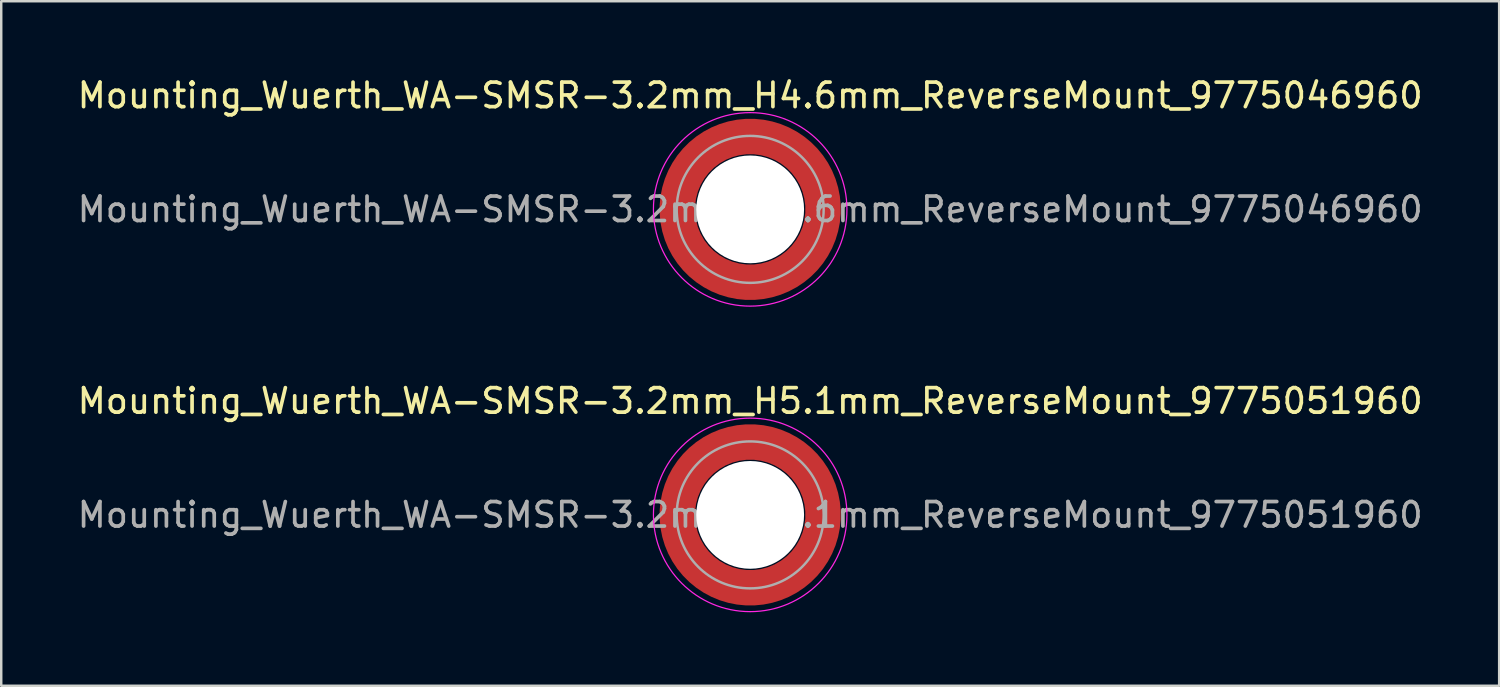
<source format=kicad_pcb>
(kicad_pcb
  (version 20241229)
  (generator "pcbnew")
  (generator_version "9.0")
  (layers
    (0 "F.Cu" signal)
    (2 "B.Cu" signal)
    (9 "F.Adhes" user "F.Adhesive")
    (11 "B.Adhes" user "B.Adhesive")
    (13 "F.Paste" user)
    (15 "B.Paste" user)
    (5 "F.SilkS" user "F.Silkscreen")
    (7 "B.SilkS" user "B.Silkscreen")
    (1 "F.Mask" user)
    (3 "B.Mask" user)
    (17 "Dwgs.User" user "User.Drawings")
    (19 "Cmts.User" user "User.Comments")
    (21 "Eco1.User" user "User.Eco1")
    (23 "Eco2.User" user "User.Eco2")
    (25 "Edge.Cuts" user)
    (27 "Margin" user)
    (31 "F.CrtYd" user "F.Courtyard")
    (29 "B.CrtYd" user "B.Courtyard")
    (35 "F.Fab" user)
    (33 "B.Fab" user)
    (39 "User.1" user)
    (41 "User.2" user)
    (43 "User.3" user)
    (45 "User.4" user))
  (footprint "Mounting_Wuerth_WA-SMSR-3.2mm_H4.6mm_ReverseMount_9775046960"
    (layer "F.Cu")
    (at 27.577 5.498)
    (property "Reference" "Mounting_Wuerth_WA-SMSR-3.2mm_H4.6mm_ReverseMount_9775046960" (at 0 -4.65 0) (layer "F.SilkS") (effects (font (size 1 1) (thickness 0.15))))
    (attr smd)
    (fp_circle (center 0 0) (end 3.95 0) (stroke (width 0.05) (type solid)) (fill no) (layer "F.CrtYd"))
    (fp_circle (center 0 0) (end 3 0) (stroke (width 0.1) (type solid)) (fill no) (layer "F.Fab"))
    (fp_text user "${REFERENCE}" (at 0 0 0) (layer "F.Fab") (effects (font (size 1 1) (thickness 0.15))))
    (pad "" smd custom (at -2.095 -2.095) (size 0.945 0.945) (layers "F.Paste") (options (anchor circle)) (primitives (gr_arc (start -0.24231 1.594804) (mid 0.404819 0.404819) (end 1.594804 -0.24231) (width 0.2)) (gr_arc (start -0.3398 1.594804) (mid 0.337349 0.337349) (end 1.594804 -0.3398) (width 0.2)) (gr_arc (start -0.437132 1.594804) (mid 0.269879 0.269879) (end 1.594804 -0.437132) (width 0.2)) (gr_arc (start -0.534324 1.594804) (mid 0.202409 0.202409) (end 1.594804 -0.534324) (width 0.2)) (gr_arc (start -0.631391 1.594804) (mid 0.134939 0.134939) (end 1.594804 -0.631391) (width 0.2)) (gr_arc (start -0.728345 1.594804) (mid 0.06747 0.06747) (end 1.594804 -0.728345) (width 0.2)) (gr_arc (start -0.825197 1.594804) (mid 0 0) (end 1.594804 -0.825197) (width 0.2)) (gr_arc (start -0.921958 1.594804) (mid -0.067469 -0.067469) (end 1.594804 -0.921958) (width 0.2)) (gr_arc (start -1.018637 1.594804) (mid -0.13494 -0.13494) (end 1.594804 -1.018637) (width 0.2)) (gr_arc (start -1.115239 1.594804) (mid -0.202409 -0.202409) (end 1.594804 -1.115239) (width 0.2)) (gr_arc (start -1.211773 1.594804) (mid -0.269879 -0.269879) (end 1.594804 -1.211773) (width 0.2)) (gr_arc (start -1.308244 1.594804) (mid -0.337349 -0.337349) (end 1.594804 -1.308244) (width 0.2)) (gr_arc (start -1.404657 1.594804) (mid -0.404819 -0.404819) (end 1.594804 -1.404657) (width 0.2)) (gr_arc (start -1.404657 1.594804) (mid -0.404819 -0.404819) (end 1.594804 -1.404657) (width 0.2)) (gr_line (start 1.595 -0.242) (end 1.595 -1.405) (width 0.2)) (gr_line (start -0.242 1.595) (end -1.405 1.595) (width 0.2))))
    (pad "" smd custom (at -2.095 2.095) (size 0.945 0.945) (layers "F.Paste") (options (anchor circle)) (primitives (gr_arc (start 1.594804 0.24231) (mid 0.404819 -0.404819) (end -0.24231 -1.594804) (width 0.2)) (gr_arc (start 1.594804 0.3398) (mid 0.337349 -0.337349) (end -0.3398 -1.594804) (width 0.2)) (gr_arc (start 1.594804 0.437132) (mid 0.269879 -0.269879) (end -0.437132 -1.594804) (width 0.2)) (gr_arc (start 1.594804 0.534324) (mid 0.202409 -0.202409) (end -0.534324 -1.594804) (width 0.2)) (gr_arc (start 1.594804 0.631391) (mid 0.134939 -0.134939) (end -0.631391 -1.594804) (width 0.2)) (gr_arc (start 1.594804 0.728345) (mid 0.06747 -0.06747) (end -0.728345 -1.594804) (width 0.2)) (gr_arc (start 1.594804 0.825197) (mid 0 0) (end -0.825197 -1.594804) (width 0.2)) (gr_arc (start 1.594804 0.921958) (mid -0.067469 0.067469) (end -0.921958 -1.594804) (width 0.2)) (gr_arc (start 1.594804 1.018637) (mid -0.13494 0.13494) (end -1.018637 -1.594804) (width 0.2)) (gr_arc (start 1.594804 1.115239) (mid -0.202409 0.202409) (end -1.115239 -1.594804) (width 0.2)) (gr_arc (start 1.594804 1.211773) (mid -0.269879 0.269879) (end -1.211773 -1.594804) (width 0.2)) (gr_arc (start 1.594804 1.308244) (mid -0.337349 0.337349) (end -1.308244 -1.594804) (width 0.2)) (gr_arc (start 1.594804 1.404657) (mid -0.404819 0.404819) (end -1.404657 -1.594804) (width 0.2)) (gr_arc (start 1.594804 1.404657) (mid -0.404819 0.404819) (end -1.404657 -1.594804) (width 0.2)) (gr_line (start -0.242 -1.595) (end -1.405 -1.595) (width 0.2)) (gr_line (start 1.595 0.242) (end 1.595 1.405) (width 0.2))))
    (pad "" np_thru_hole circle (at 0 0) (size 4.4 4.4) (drill 4.4) (layers "*.Cu" "*.Mask"))
    (pad "" smd custom (at 2.095 -2.095) (size 0.945 0.945) (layers "F.Paste") (options (anchor circle)) (primitives (gr_arc (start -1.594804 -0.24231) (mid -0.404819 0.404819) (end 0.24231 1.594804) (width 0.2)) (gr_arc (start -1.594804 -0.3398) (mid -0.337349 0.337349) (end 0.3398 1.594804) (width 0.2)) (gr_arc (start -1.594804 -0.437132) (mid -0.269879 0.269879) (end 0.437132 1.594804) (width 0.2)) (gr_arc (start -1.594804 -0.534324) (mid -0.202409 0.202409) (end 0.534324 1.594804) (width 0.2)) (gr_arc (start -1.594804 -0.631391) (mid -0.134939 0.134939) (end 0.631391 1.594804) (width 0.2)) (gr_arc (start -1.594804 -0.728345) (mid -0.06747 0.06747) (end 0.728345 1.594804) (width 0.2)) (gr_arc (start -1.594804 -0.825197) (mid 0 0) (end 0.825197 1.594804) (width 0.2)) (gr_arc (start -1.594804 -0.921958) (mid 0.067469 -0.067469) (end 0.921958 1.594804) (width 0.2)) (gr_arc (start -1.594804 -1.018637) (mid 0.13494 -0.13494) (end 1.018637 1.594804) (width 0.2)) (gr_arc (start -1.594804 -1.115239) (mid 0.202409 -0.202409) (end 1.115239 1.594804) (width 0.2)) (gr_arc (start -1.594804 -1.211773) (mid 0.269879 -0.269879) (end 1.211773 1.594804) (width 0.2)) (gr_arc (start -1.594804 -1.308244) (mid 0.337349 -0.337349) (end 1.308244 1.594804) (width 0.2)) (gr_arc (start -1.594804 -1.404657) (mid 0.404819 -0.404819) (end 1.404657 1.594804) (width 0.2)) (gr_arc (start -1.594804 -1.404657) (mid 0.404819 -0.404819) (end 1.404657 1.594804) (width 0.2)) (gr_line (start 0.242 1.595) (end 1.405 1.595) (width 0.2)) (gr_line (start -1.595 -0.242) (end -1.595 -1.405) (width 0.2))))
    (pad "" smd custom (at 2.095 2.095) (size 0.945 0.945) (layers "F.Paste") (options (anchor circle)) (primitives (gr_arc (start 0.24231 -1.594804) (mid -0.404819 -0.404819) (end -1.594804 0.24231) (width 0.2)) (gr_arc (start 0.3398 -1.594804) (mid -0.337349 -0.337349) (end -1.594804 0.3398) (width 0.2)) (gr_arc (start 0.437132 -1.594804) (mid -0.269879 -0.269879) (end -1.594804 0.437132) (width 0.2)) (gr_arc (start 0.534324 -1.594804) (mid -0.202409 -0.202409) (end -1.594804 0.534324) (width 0.2)) (gr_arc (start 0.631391 -1.594804) (mid -0.134939 -0.134939) (end -1.594804 0.631391) (width 0.2)) (gr_arc (start 0.728345 -1.594804) (mid -0.06747 -0.06747) (end -1.594804 0.728345) (width 0.2)) (gr_arc (start 0.825197 -1.594804) (mid 0 0) (end -1.594804 0.825197) (width 0.2)) (gr_arc (start 0.921958 -1.594804) (mid 0.067469 0.067469) (end -1.594804 0.921958) (width 0.2)) (gr_arc (start 1.018637 -1.594804) (mid 0.13494 0.13494) (end -1.594804 1.018637) (width 0.2)) (gr_arc (start 1.115239 -1.594804) (mid 0.202409 0.202409) (end -1.594804 1.115239) (width 0.2)) (gr_arc (start 1.211773 -1.594804) (mid 0.269879 0.269879) (end -1.594804 1.211773) (width 0.2)) (gr_arc (start 1.308244 -1.594804) (mid 0.337349 0.337349) (end -1.594804 1.308244) (width 0.2)) (gr_arc (start 1.404657 -1.594804) (mid 0.404819 0.404819) (end -1.594804 1.404657) (width 0.2)) (gr_arc (start 1.404657 -1.594804) (mid 0.404819 0.404819) (end -1.594804 1.404657) (width 0.2)) (gr_line (start -1.595 0.242) (end -1.595 1.405) (width 0.2)) (gr_line (start 0.242 -1.595) (end 1.405 -1.595) (width 0.2))))
    (pad "1" smd circle (at -2.975 0) (size 1.05 1.05) (layers "F.Cu"))
    (pad "1" smd circle (at 0 -2.975) (size 1.05 1.05) (layers "F.Cu"))
    (pad "1" smd circle (at 0 2.975) (size 1.05 1.05) (layers "F.Cu"))
    (pad "1" smd custom (at 2.975 0) (size 1.05 1.05) (layers "F.Cu" "F.Mask") (options (anchor circle)) (primitives (gr_circle (center -2.975 0) (end 0 0) (width 1.45) (fill no)))))
  (footprint "Mounting_Wuerth_WA-SMSR-3.2mm_H5.1mm_ReverseMount_9775051960"
    (layer "F.Cu")
    (at 27.577 17.971)
    (property "Reference" "Mounting_Wuerth_WA-SMSR-3.2mm_H5.1mm_ReverseMount_9775051960" (at 0 -4.65 0) (layer "F.SilkS") (effects (font (size 1 1) (thickness 0.15))))
    (attr smd)
    (fp_circle (center 0 0) (end 3.95 0) (stroke (width 0.05) (type solid)) (fill no) (layer "F.CrtYd"))
    (fp_circle (center 0 0) (end 3 0) (stroke (width 0.1) (type solid)) (fill no) (layer "F.Fab"))
    (fp_text user "${REFERENCE}" (at 0 0 0) (layer "F.Fab") (effects (font (size 1 1) (thickness 0.15))))
    (pad "" smd custom (at -2.095 -2.095) (size 0.945 0.945) (layers "F.Paste") (options (anchor circle)) (primitives (gr_arc (start -0.24231 1.594804) (mid 0.404819 0.404819) (end 1.594804 -0.24231) (width 0.2)) (gr_arc (start -0.3398 1.594804) (mid 0.337349 0.337349) (end 1.594804 -0.3398) (width 0.2)) (gr_arc (start -0.437132 1.594804) (mid 0.269879 0.269879) (end 1.594804 -0.437132) (width 0.2)) (gr_arc (start -0.534324 1.594804) (mid 0.202409 0.202409) (end 1.594804 -0.534324) (width 0.2)) (gr_arc (start -0.631391 1.594804) (mid 0.134939 0.134939) (end 1.594804 -0.631391) (width 0.2)) (gr_arc (start -0.728345 1.594804) (mid 0.06747 0.06747) (end 1.594804 -0.728345) (width 0.2)) (gr_arc (start -0.825197 1.594804) (mid 0 0) (end 1.594804 -0.825197) (width 0.2)) (gr_arc (start -0.921958 1.594804) (mid -0.067469 -0.067469) (end 1.594804 -0.921958) (width 0.2)) (gr_arc (start -1.018637 1.594804) (mid -0.13494 -0.13494) (end 1.594804 -1.018637) (width 0.2)) (gr_arc (start -1.115239 1.594804) (mid -0.202409 -0.202409) (end 1.594804 -1.115239) (width 0.2)) (gr_arc (start -1.211773 1.594804) (mid -0.269879 -0.269879) (end 1.594804 -1.211773) (width 0.2)) (gr_arc (start -1.308244 1.594804) (mid -0.337349 -0.337349) (end 1.594804 -1.308244) (width 0.2)) (gr_arc (start -1.404657 1.594804) (mid -0.404819 -0.404819) (end 1.594804 -1.404657) (width 0.2)) (gr_arc (start -1.404657 1.594804) (mid -0.404819 -0.404819) (end 1.594804 -1.404657) (width 0.2)) (gr_line (start 1.595 -0.242) (end 1.595 -1.405) (width 0.2)) (gr_line (start -0.242 1.595) (end -1.405 1.595) (width 0.2))))
    (pad "" smd custom (at -2.095 2.095) (size 0.945 0.945) (layers "F.Paste") (options (anchor circle)) (primitives (gr_arc (start 1.594804 0.24231) (mid 0.404819 -0.404819) (end -0.24231 -1.594804) (width 0.2)) (gr_arc (start 1.594804 0.3398) (mid 0.337349 -0.337349) (end -0.3398 -1.594804) (width 0.2)) (gr_arc (start 1.594804 0.437132) (mid 0.269879 -0.269879) (end -0.437132 -1.594804) (width 0.2)) (gr_arc (start 1.594804 0.534324) (mid 0.202409 -0.202409) (end -0.534324 -1.594804) (width 0.2)) (gr_arc (start 1.594804 0.631391) (mid 0.134939 -0.134939) (end -0.631391 -1.594804) (width 0.2)) (gr_arc (start 1.594804 0.728345) (mid 0.06747 -0.06747) (end -0.728345 -1.594804) (width 0.2)) (gr_arc (start 1.594804 0.825197) (mid 0 0) (end -0.825197 -1.594804) (width 0.2)) (gr_arc (start 1.594804 0.921958) (mid -0.067469 0.067469) (end -0.921958 -1.594804) (width 0.2)) (gr_arc (start 1.594804 1.018637) (mid -0.13494 0.13494) (end -1.018637 -1.594804) (width 0.2)) (gr_arc (start 1.594804 1.115239) (mid -0.202409 0.202409) (end -1.115239 -1.594804) (width 0.2)) (gr_arc (start 1.594804 1.211773) (mid -0.269879 0.269879) (end -1.211773 -1.594804) (width 0.2)) (gr_arc (start 1.594804 1.308244) (mid -0.337349 0.337349) (end -1.308244 -1.594804) (width 0.2)) (gr_arc (start 1.594804 1.404657) (mid -0.404819 0.404819) (end -1.404657 -1.594804) (width 0.2)) (gr_arc (start 1.594804 1.404657) (mid -0.404819 0.404819) (end -1.404657 -1.594804) (width 0.2)) (gr_line (start -0.242 -1.595) (end -1.405 -1.595) (width 0.2)) (gr_line (start 1.595 0.242) (end 1.595 1.405) (width 0.2))))
    (pad "" np_thru_hole circle (at 0 0) (size 4.4 4.4) (drill 4.4) (layers "*.Cu" "*.Mask"))
    (pad "" smd custom (at 2.095 -2.095) (size 0.945 0.945) (layers "F.Paste") (options (anchor circle)) (primitives (gr_arc (start -1.594804 -0.24231) (mid -0.404819 0.404819) (end 0.24231 1.594804) (width 0.2)) (gr_arc (start -1.594804 -0.3398) (mid -0.337349 0.337349) (end 0.3398 1.594804) (width 0.2)) (gr_arc (start -1.594804 -0.437132) (mid -0.269879 0.269879) (end 0.437132 1.594804) (width 0.2)) (gr_arc (start -1.594804 -0.534324) (mid -0.202409 0.202409) (end 0.534324 1.594804) (width 0.2)) (gr_arc (start -1.594804 -0.631391) (mid -0.134939 0.134939) (end 0.631391 1.594804) (width 0.2)) (gr_arc (start -1.594804 -0.728345) (mid -0.06747 0.06747) (end 0.728345 1.594804) (width 0.2)) (gr_arc (start -1.594804 -0.825197) (mid 0 0) (end 0.825197 1.594804) (width 0.2)) (gr_arc (start -1.594804 -0.921958) (mid 0.067469 -0.067469) (end 0.921958 1.594804) (width 0.2)) (gr_arc (start -1.594804 -1.018637) (mid 0.13494 -0.13494) (end 1.018637 1.594804) (width 0.2)) (gr_arc (start -1.594804 -1.115239) (mid 0.202409 -0.202409) (end 1.115239 1.594804) (width 0.2)) (gr_arc (start -1.594804 -1.211773) (mid 0.269879 -0.269879) (end 1.211773 1.594804) (width 0.2)) (gr_arc (start -1.594804 -1.308244) (mid 0.337349 -0.337349) (end 1.308244 1.594804) (width 0.2)) (gr_arc (start -1.594804 -1.404657) (mid 0.404819 -0.404819) (end 1.404657 1.594804) (width 0.2)) (gr_arc (start -1.594804 -1.404657) (mid 0.404819 -0.404819) (end 1.404657 1.594804) (width 0.2)) (gr_line (start 0.242 1.595) (end 1.405 1.595) (width 0.2)) (gr_line (start -1.595 -0.242) (end -1.595 -1.405) (width 0.2))))
    (pad "" smd custom (at 2.095 2.095) (size 0.945 0.945) (layers "F.Paste") (options (anchor circle)) (primitives (gr_arc (start 0.24231 -1.594804) (mid -0.404819 -0.404819) (end -1.594804 0.24231) (width 0.2)) (gr_arc (start 0.3398 -1.594804) (mid -0.337349 -0.337349) (end -1.594804 0.3398) (width 0.2)) (gr_arc (start 0.437132 -1.594804) (mid -0.269879 -0.269879) (end -1.594804 0.437132) (width 0.2)) (gr_arc (start 0.534324 -1.594804) (mid -0.202409 -0.202409) (end -1.594804 0.534324) (width 0.2)) (gr_arc (start 0.631391 -1.594804) (mid -0.134939 -0.134939) (end -1.594804 0.631391) (width 0.2)) (gr_arc (start 0.728345 -1.594804) (mid -0.06747 -0.06747) (end -1.594804 0.728345) (width 0.2)) (gr_arc (start 0.825197 -1.594804) (mid 0 0) (end -1.594804 0.825197) (width 0.2)) (gr_arc (start 0.921958 -1.594804) (mid 0.067469 0.067469) (end -1.594804 0.921958) (width 0.2)) (gr_arc (start 1.018637 -1.594804) (mid 0.13494 0.13494) (end -1.594804 1.018637) (width 0.2)) (gr_arc (start 1.115239 -1.594804) (mid 0.202409 0.202409) (end -1.594804 1.115239) (width 0.2)) (gr_arc (start 1.211773 -1.594804) (mid 0.269879 0.269879) (end -1.594804 1.211773) (width 0.2)) (gr_arc (start 1.308244 -1.594804) (mid 0.337349 0.337349) (end -1.594804 1.308244) (width 0.2)) (gr_arc (start 1.404657 -1.594804) (mid 0.404819 0.404819) (end -1.594804 1.404657) (width 0.2)) (gr_arc (start 1.404657 -1.594804) (mid 0.404819 0.404819) (end -1.594804 1.404657) (width 0.2)) (gr_line (start -1.595 0.242) (end -1.595 1.405) (width 0.2)) (gr_line (start 0.242 -1.595) (end 1.405 -1.595) (width 0.2))))
    (pad "1" smd circle (at -2.975 0) (size 1.05 1.05) (layers "F.Cu"))
    (pad "1" smd circle (at 0 -2.975) (size 1.05 1.05) (layers "F.Cu"))
    (pad "1" smd circle (at 0 2.975) (size 1.05 1.05) (layers "F.Cu"))
    (pad "1" smd custom (at 2.975 0) (size 1.05 1.05) (layers "F.Cu" "F.Mask") (options (anchor circle)) (primitives (gr_circle (center -2.975 0) (end 0 0) (width 1.45) (fill no)))))
  (gr_rect
    (start -3 -3)
    (end 58.155 24.947)
    (stroke (width 0.1) (type default))
    (fill no)
    (layer "Edge.Cuts")))
</source>
